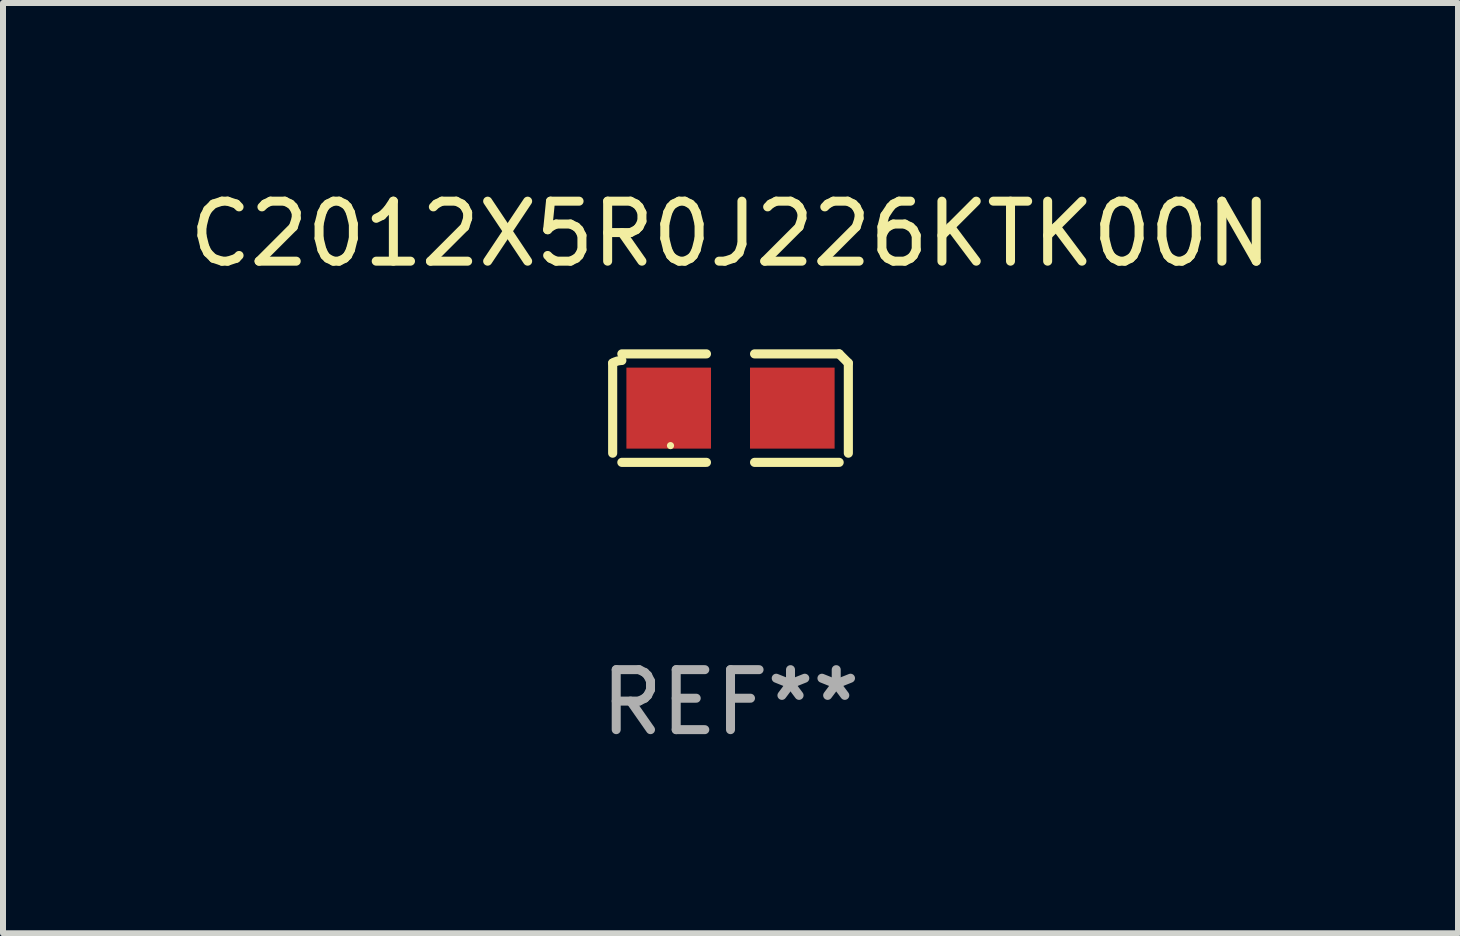
<source format=kicad_pcb>
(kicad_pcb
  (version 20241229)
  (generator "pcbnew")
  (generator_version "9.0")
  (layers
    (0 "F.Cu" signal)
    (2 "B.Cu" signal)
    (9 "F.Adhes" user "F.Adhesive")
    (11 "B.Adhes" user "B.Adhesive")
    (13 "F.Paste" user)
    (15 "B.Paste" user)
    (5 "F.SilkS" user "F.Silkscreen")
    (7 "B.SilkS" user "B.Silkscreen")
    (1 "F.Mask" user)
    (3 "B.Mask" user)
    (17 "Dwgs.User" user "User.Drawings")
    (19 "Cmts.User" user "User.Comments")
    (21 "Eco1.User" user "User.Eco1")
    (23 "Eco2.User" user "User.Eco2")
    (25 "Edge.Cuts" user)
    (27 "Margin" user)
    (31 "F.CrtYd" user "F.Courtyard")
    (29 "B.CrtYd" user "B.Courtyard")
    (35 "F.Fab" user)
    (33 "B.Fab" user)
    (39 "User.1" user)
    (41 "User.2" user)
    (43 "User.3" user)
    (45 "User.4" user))
  (footprint "C2012X5R0J226KTK00N"
    (layer "F.Cu")
    (at 9.125 3.752)
    (property "Reference" "C2012X5R0J226KTK00N" (at 0 -2.904 0) (layer "F.SilkS") (effects (font (size 1 1) (thickness 0.15))))
    (attr through_hole)
    (fp_line (start -1.964 0.751) (end -1.964 -0.751) (stroke (width 0.152) (type solid)) (layer "F.SilkS"))
    (fp_line (start -1.811 -0.904) (end -0.401 -0.904) (stroke (width 0.152) (type solid)) (layer "F.SilkS"))
    (fp_line (start -0.401 0.904) (end -1.811 0.904) (stroke (width 0.152) (type solid)) (layer "F.SilkS"))
    (fp_line (start 0.401 0.904) (end 1.811 0.904) (stroke (width 0.152) (type solid)) (layer "F.SilkS"))
    (fp_line (start 1.811 -0.904) (end 0.401 -0.904) (stroke (width 0.152) (type solid)) (layer "F.SilkS"))
    (fp_line (start 1.964 0.751) (end 1.964 -0.751) (stroke (width 0.152) (type solid)) (layer "F.SilkS"))
    (fp_arc (start -1.963602 -0.751207) (mid -1.890354 -0.783131) (end -1.811201 -0.794044) (stroke (width 0.1524) (type solid)) (layer "F.SilkS"))
    (fp_arc (start 1.811202 -0.903607) (mid 1.887413 -0.827418) (end 1.963602 -0.751207) (stroke (width 0.1524) (type solid)) (layer "F.SilkS"))
    (fp_circle (center -1 0.625) (end -0.97 0.625) (stroke (width 0.06) (type solid)) (fill no) (layer "F.SilkS"))
    (fp_text user "REF**" (at 0 4.904 0) (layer "F.Fab") (effects (font (size 1 1) (thickness 0.15))))
    (pad "1" smd rect (at -1.03 0) (size 1.41 1.35) (layers "F.Cu" "F.Mask" "F.Paste"))
    (pad "2" smd rect (at 1.03 0) (size 1.41 1.35) (layers "F.Cu" "F.Mask" "F.Paste")))
  (gr_rect
    (start -3 -3)
    (end 21.25 12.504)
    (stroke (width 0.1) (type default))
    (fill no)
    (layer "Edge.Cuts")))
</source>
